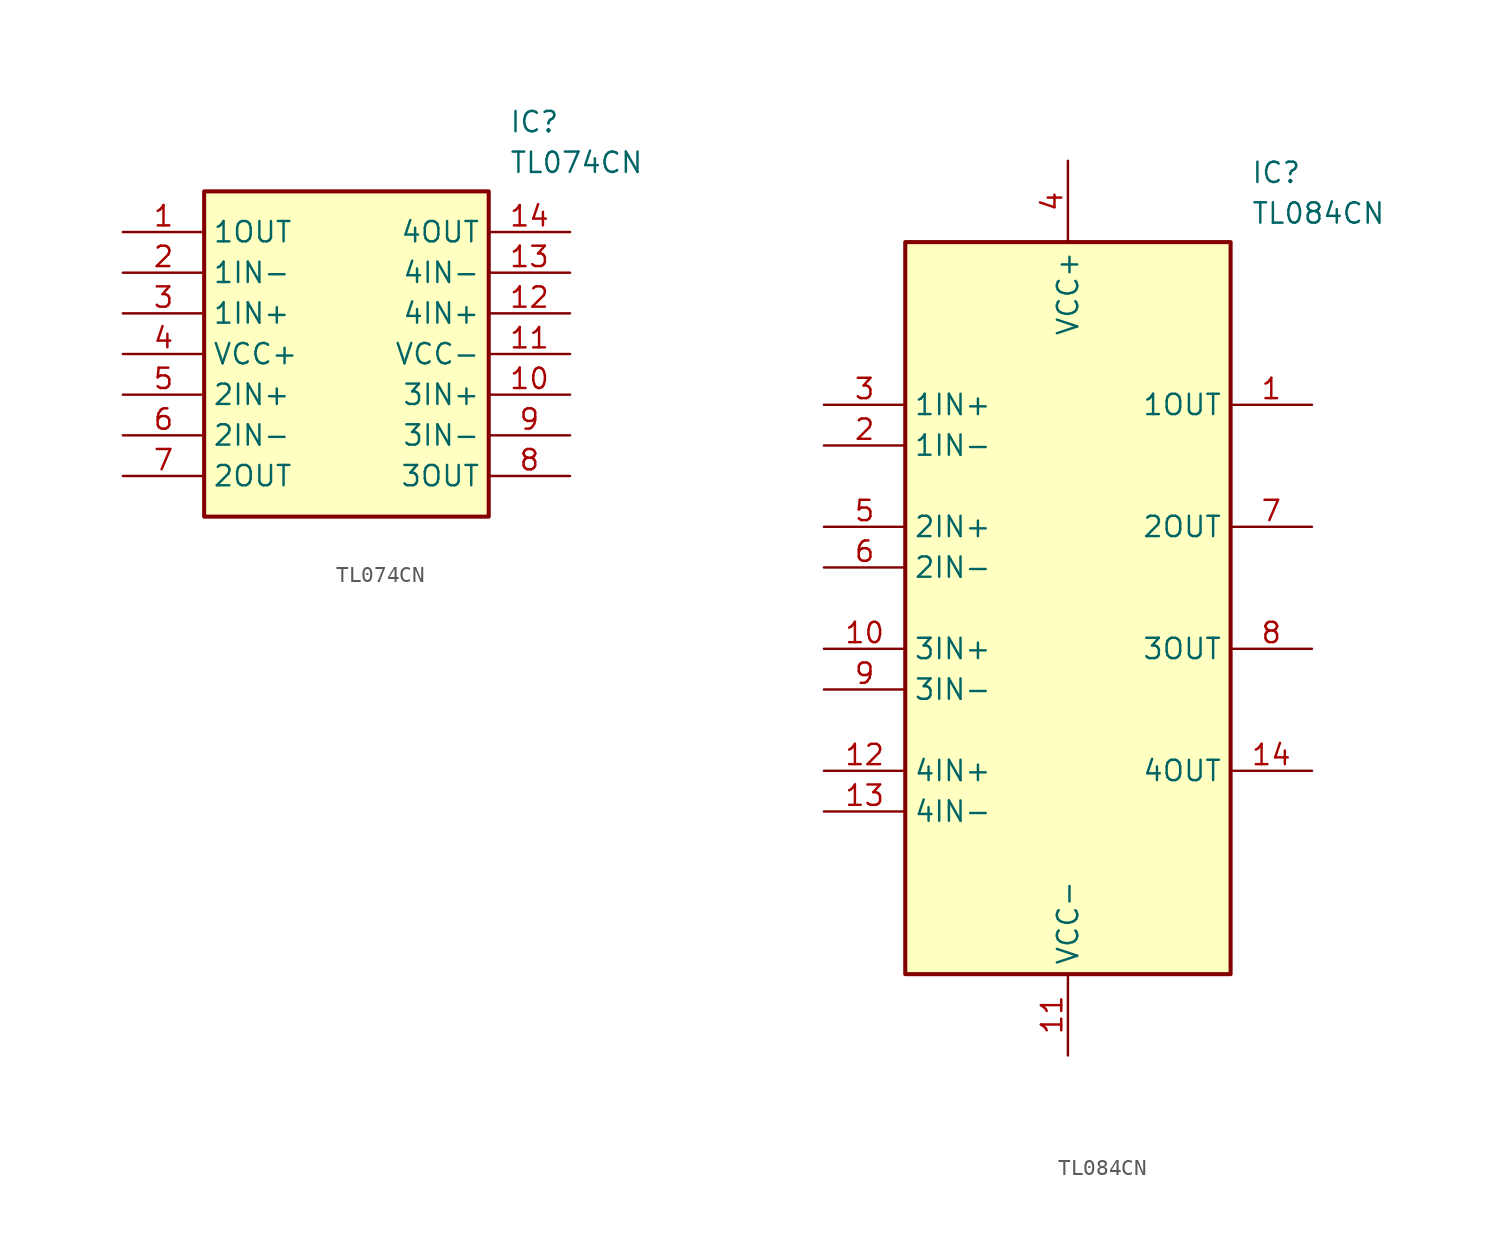
<source format=kicad_sym>
(kicad_symbol_lib
  (version 20220914)
  (generator SamacSys_ECAD_Model)
  (symbol "TL074CN"
    (property "Reference" "IC"
      (at 24.13 7.62 0)
      (effects (font (size 1.27 1.27)) (justify left top)))
    (property "Value" "TL074CN"
      (at 24.13 5.08 0)
      (effects (font (size 1.27 1.27)) (justify left top)))
    (rectangle
      (start 5.08 2.54)
      (end 22.86 -17.78)
      (stroke (width 0.254) (type default))
      (fill (type background)))
    (pin passive line
      (at 0 0 0)
      (length 5.08)
      (name "1OUT" (effects (font (size 1.27 1.27))))
      (number "1" (effects (font (size 1.27 1.27)))))
    (pin passive line
      (at 0 -2.54 0)
      (length 5.08)
      (name "1IN-" (effects (font (size 1.27 1.27))))
      (number "2" (effects (font (size 1.27 1.27)))))
    (pin passive line
      (at 0 -5.08 0)
      (length 5.08)
      (name "1IN+" (effects (font (size 1.27 1.27))))
      (number "3" (effects (font (size 1.27 1.27)))))
    (pin passive line
      (at 0 -7.62 0)
      (length 5.08)
      (name "VCC+" (effects (font (size 1.27 1.27))))
      (number "4" (effects (font (size 1.27 1.27)))))
    (pin passive line
      (at 0 -10.16 0)
      (length 5.08)
      (name "2IN+" (effects (font (size 1.27 1.27))))
      (number "5" (effects (font (size 1.27 1.27)))))
    (pin passive line
      (at 0 -12.7 0)
      (length 5.08)
      (name "2IN-" (effects (font (size 1.27 1.27))))
      (number "6" (effects (font (size 1.27 1.27)))))
    (pin passive line
      (at 0 -15.24 0)
      (length 5.08)
      (name "2OUT" (effects (font (size 1.27 1.27))))
      (number "7" (effects (font (size 1.27 1.27)))))
    (pin passive line
      (at 27.94 0 180)
      (length 5.08)
      (name "4OUT" (effects (font (size 1.27 1.27))))
      (number "14" (effects (font (size 1.27 1.27)))))
    (pin passive line
      (at 27.94 -2.54 180)
      (length 5.08)
      (name "4IN-" (effects (font (size 1.27 1.27))))
      (number "13" (effects (font (size 1.27 1.27)))))
    (pin passive line
      (at 27.94 -5.08 180)
      (length 5.08)
      (name "4IN+" (effects (font (size 1.27 1.27))))
      (number "12" (effects (font (size 1.27 1.27)))))
    (pin passive line
      (at 27.94 -7.62 180)
      (length 5.08)
      (name "VCC-" (effects (font (size 1.27 1.27))))
      (number "11" (effects (font (size 1.27 1.27)))))
    (pin passive line
      (at 27.94 -10.16 180)
      (length 5.08)
      (name "3IN+" (effects (font (size 1.27 1.27))))
      (number "10" (effects (font (size 1.27 1.27)))))
    (pin passive line
      (at 27.94 -12.7 180)
      (length 5.08)
      (name "3IN-" (effects (font (size 1.27 1.27))))
      (number "9" (effects (font (size 1.27 1.27)))))
    (pin passive line
      (at 27.94 -15.24 180)
      (length 5.08)
      (name "3OUT" (effects (font (size 1.27 1.27))))
      (number "8" (effects (font (size 1.27 1.27))))))
  (symbol "TL084CN"
    (property "Reference" "IC"
      (at 26.67 15.24 0)
      (effects (font (size 1.27 1.27)) (justify left top)))
    (property "Value" "TL084CN"
      (at 26.67 12.7 0)
      (effects (font (size 1.27 1.27)) (justify left top)))
    (rectangle
      (start 5.08 10.16)
      (end 25.4 -35.56)
      (stroke (width 0.254) (type default))
      (fill (type background)))
    (pin output line
      (at 30.48 0 180)
      (length 5.08)
      (name "1OUT" (effects (font (size 1.27 1.27))))
      (number "1" (effects (font (size 1.27 1.27)))))
    (pin input line
      (at 0 -2.54 0)
      (length 5.08)
      (name "1IN-" (effects (font (size 1.27 1.27))))
      (number "2" (effects (font (size 1.27 1.27)))))
    (pin input line
      (at 0 0 0)
      (length 5.08)
      (name "1IN+" (effects (font (size 1.27 1.27))))
      (number "3" (effects (font (size 1.27 1.27)))))
    (pin power_in line
      (at 15.24 15.24 270)
      (length 5.08)
      (name "VCC+" (effects (font (size 1.27 1.27))))
      (number "4" (effects (font (size 1.27 1.27)))))
    (pin input line
      (at 0 -7.62 0)
      (length 5.08)
      (name "2IN+" (effects (font (size 1.27 1.27))))
      (number "5" (effects (font (size 1.27 1.27)))))
    (pin input line
      (at 0 -10.16 0)
      (length 5.08)
      (name "2IN-" (effects (font (size 1.27 1.27))))
      (number "6" (effects (font (size 1.27 1.27)))))
    (pin output line
      (at 30.48 -7.62 180)
      (length 5.08)
      (name "2OUT" (effects (font (size 1.27 1.27))))
      (number "7" (effects (font (size 1.27 1.27)))))
    (pin output line
      (at 30.48 -15.24 180)
      (length 5.08)
      (name "3OUT" (effects (font (size 1.27 1.27))))
      (number "8" (effects (font (size 1.27 1.27)))))
    (pin input line
      (at 0 -17.78 0)
      (length 5.08)
      (name "3IN-" (effects (font (size 1.27 1.27))))
      (number "9" (effects (font (size 1.27 1.27)))))
    (pin input line
      (at 0 -15.24 0)
      (length 5.08)
      (name "3IN+" (effects (font (size 1.27 1.27))))
      (number "10" (effects (font (size 1.27 1.27)))))
    (pin power_in line
      (at 15.24 -40.64 90)
      (length 5.08)
      (name "VCC-" (effects (font (size 1.27 1.27))))
      (number "11" (effects (font (size 1.27 1.27)))))
    (pin input line
      (at 0 -22.86 0)
      (length 5.08)
      (name "4IN+" (effects (font (size 1.27 1.27))))
      (number "12" (effects (font (size 1.27 1.27)))))
    (pin input line
      (at 0 -25.4 0)
      (length 5.08)
      (name "4IN-" (effects (font (size 1.27 1.27))))
      (number "13" (effects (font (size 1.27 1.27)))))
    (pin output line
      (at 30.48 -22.86 180)
      (length 5.08)
      (name "4OUT" (effects (font (size 1.27 1.27))))
      (number "14" (effects (font (size 1.27 1.27)))))))
</source>
